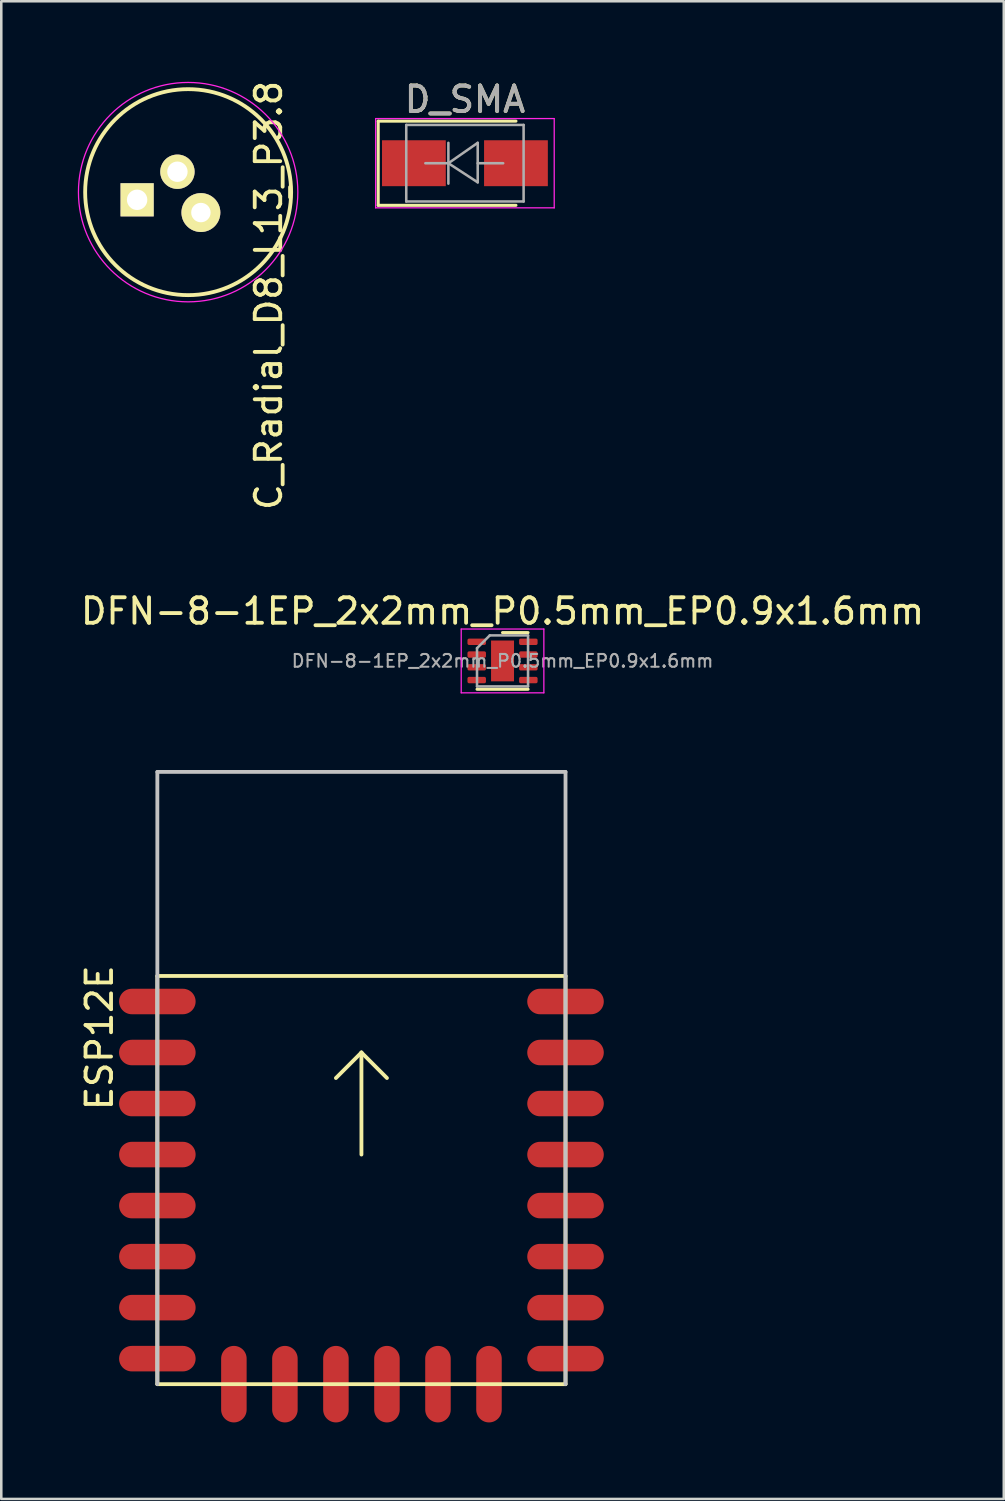
<source format=kicad_pcb>
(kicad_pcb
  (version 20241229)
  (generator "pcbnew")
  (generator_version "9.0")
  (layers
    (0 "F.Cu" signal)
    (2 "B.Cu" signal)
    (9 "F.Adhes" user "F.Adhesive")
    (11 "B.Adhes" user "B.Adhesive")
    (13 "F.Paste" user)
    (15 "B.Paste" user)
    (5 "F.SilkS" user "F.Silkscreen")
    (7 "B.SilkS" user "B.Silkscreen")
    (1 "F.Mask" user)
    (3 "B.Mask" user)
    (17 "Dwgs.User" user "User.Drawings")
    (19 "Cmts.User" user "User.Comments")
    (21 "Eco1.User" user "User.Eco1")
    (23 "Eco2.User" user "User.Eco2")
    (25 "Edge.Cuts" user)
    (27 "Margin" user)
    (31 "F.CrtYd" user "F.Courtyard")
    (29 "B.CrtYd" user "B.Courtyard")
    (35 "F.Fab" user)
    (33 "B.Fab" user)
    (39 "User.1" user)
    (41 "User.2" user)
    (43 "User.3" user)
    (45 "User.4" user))
  (footprint "ESP12E"
    (layer "F.Cu")
    (at 11.118 39.208)
    (property "Reference" "ESP12E" (at -10.27 -1.58 90) (layer "F.SilkS") (effects (font (size 1 1) (thickness 0.15))))
    (attr through_hole)
    (fp_line (start -8 -4) (end 8 -4) (stroke (width 0.15) (type solid)) (layer "F.SilkS"))
    (fp_line (start -8 12) (end -8 -4) (stroke (width 0.15) (type solid)) (layer "F.SilkS"))
    (fp_line (start -8 12) (end 8 12) (stroke (width 0.15) (type solid)) (layer "F.SilkS"))
    (fp_line (start 0 -1) (end -1 0) (stroke (width 0.15) (type solid)) (layer "F.SilkS"))
    (fp_line (start 0 -1) (end 0 3) (stroke (width 0.15) (type solid)) (layer "F.SilkS"))
    (fp_line (start 0 -1) (end 1 0) (stroke (width 0.15) (type solid)) (layer "F.SilkS"))
    (fp_line (start 8 -4) (end 8 12) (stroke (width 0.15) (type solid)) (layer "F.SilkS"))
    (fp_line (start -8 -12) (end -8 12) (stroke (width 0.15) (type solid)) (layer "Dwgs.User"))
    (fp_line (start 8 -12) (end -8 -12) (stroke (width 0.15) (type solid)) (layer "Dwgs.User"))
    (fp_line (start 8 12) (end 8 -12) (stroke (width 0.15) (type solid)) (layer "Dwgs.User"))
    (pad "1" smd oval (at -8 -3) (size 3 1) (layers "F.Cu" "F.Mask" "F.Paste"))
    (pad "2" smd oval (at -8 -1) (size 3 1) (layers "F.Cu" "F.Mask" "F.Paste"))
    (pad "3" smd oval (at -8 1) (size 3 1) (layers "F.Cu" "F.Mask" "F.Paste"))
    (pad "4" smd oval (at -8 3) (size 3 1) (layers "F.Cu" "F.Mask" "F.Paste"))
    (pad "5" smd oval (at -8 5) (size 3 1) (layers "F.Cu" "F.Mask" "F.Paste"))
    (pad "6" smd oval (at -8 7) (size 3 1) (layers "F.Cu" "F.Mask" "F.Paste"))
    (pad "7" smd oval (at -8 9) (size 3 1) (layers "F.Cu" "F.Mask" "F.Paste"))
    (pad "8" smd oval (at -8 11) (size 3 1) (layers "F.Cu" "F.Mask" "F.Paste"))
    (pad "9" smd oval (at -5 12 90) (size 3 1) (layers "F.Cu" "F.Mask" "F.Paste"))
    (pad "10" smd oval (at -3 12 90) (size 3 1) (layers "F.Cu" "F.Mask" "F.Paste"))
    (pad "11" smd oval (at -1 12 90) (size 3 1) (layers "F.Cu" "F.Mask" "F.Paste"))
    (pad "12" smd oval (at 1 12 90) (size 3 1) (layers "F.Cu" "F.Mask" "F.Paste"))
    (pad "13" smd oval (at 3 12 90) (size 3 1) (layers "F.Cu" "F.Mask" "F.Paste"))
    (pad "14" smd oval (at 5 12 90) (size 3 1) (layers "F.Cu" "F.Mask" "F.Paste"))
    (pad "15" smd oval (at 8 11 180) (size 3 1) (layers "F.Cu" "F.Mask" "F.Paste"))
    (pad "16" smd oval (at 8 9 180) (size 3 1) (layers "F.Cu" "F.Mask" "F.Paste"))
    (pad "17" smd oval (at 8 7 180) (size 3 1) (layers "F.Cu" "F.Mask" "F.Paste"))
    (pad "18" smd oval (at 8 5 180) (size 3 1) (layers "F.Cu" "F.Mask" "F.Paste"))
    (pad "19" smd oval (at 8 3 180) (size 3 1) (layers "F.Cu" "F.Mask" "F.Paste"))
    (pad "20" smd oval (at 8 1 180) (size 3 1) (layers "F.Cu" "F.Mask" "F.Paste"))
    (pad "21" smd oval (at 8 -1 180) (size 3 1) (layers "F.Cu" "F.Mask" "F.Paste"))
    (pad "22" smd oval (at 8 -3 180) (size 3 1) (layers "F.Cu" "F.Mask" "F.Paste")))
  (footprint "DFN-8-1EP_2x2mm_P0.5mm_EP0.9x1.6mm"
    (layer "F.Cu")
    (at 16.649 22.858)
    (property "Reference" "DFN-8-1EP_2x2mm_P0.5mm_EP0.9x1.6mm" (at 0 -1.95 0) (layer "F.SilkS") (effects (font (size 1 1) (thickness 0.15))))
    (attr smd)
    (fp_line (start -1 1.11) (end 1 1.11) (stroke (width 0.12) (type solid)) (layer "F.SilkS"))
    (fp_line (start 0 -1.11) (end 1 -1.11) (stroke (width 0.12) (type solid)) (layer "F.SilkS"))
    (fp_line (start -1.62 -1.25) (end -1.62 1.25) (stroke (width 0.05) (type solid)) (layer "F.CrtYd"))
    (fp_line (start -1.62 1.25) (end 1.62 1.25) (stroke (width 0.05) (type solid)) (layer "F.CrtYd"))
    (fp_line (start 1.62 -1.25) (end -1.62 -1.25) (stroke (width 0.05) (type solid)) (layer "F.CrtYd"))
    (fp_line (start 1.62 1.25) (end 1.62 -1.25) (stroke (width 0.05) (type solid)) (layer "F.CrtYd"))
    (fp_line (start -1 -0.5) (end -0.5 -1) (stroke (width 0.1) (type solid)) (layer "F.Fab"))
    (fp_line (start -1 1) (end -1 -0.5) (stroke (width 0.1) (type solid)) (layer "F.Fab"))
    (fp_line (start -0.5 -1) (end 1 -1) (stroke (width 0.1) (type solid)) (layer "F.Fab"))
    (fp_line (start 1 -1) (end 1 1) (stroke (width 0.1) (type solid)) (layer "F.Fab"))
    (fp_line (start 1 1) (end -1 1) (stroke (width 0.1) (type solid)) (layer "F.Fab"))
    (fp_text user "${REFERENCE}" (at 0 0 0) (layer "F.Fab") (effects (font (size 0.5 0.5) (thickness 0.08))))
    (pad "" smd roundrect (at 0 0) (size 0.73 1.29) (layers "F.Paste") (roundrect_rratio 0.25))
    (pad "1" smd roundrect (at -1.012 -0.75) (size 0.725 0.25) (layers "F.Cu" "F.Mask" "F.Paste") (roundrect_rratio 0.25))
    (pad "2" smd roundrect (at -1.012 -0.25) (size 0.725 0.25) (layers "F.Cu" "F.Mask" "F.Paste") (roundrect_rratio 0.25))
    (pad "3" smd roundrect (at -1.012 0.25) (size 0.725 0.25) (layers "F.Cu" "F.Mask" "F.Paste") (roundrect_rratio 0.25))
    (pad "4" smd roundrect (at -1.012 0.75) (size 0.725 0.25) (layers "F.Cu" "F.Mask" "F.Paste") (roundrect_rratio 0.25))
    (pad "5" smd roundrect (at 1.012 0.75) (size 0.725 0.25) (layers "F.Cu" "F.Mask" "F.Paste") (roundrect_rratio 0.25))
    (pad "6" smd roundrect (at 1.012 0.25) (size 0.725 0.25) (layers "F.Cu" "F.Mask" "F.Paste") (roundrect_rratio 0.25))
    (pad "7" smd roundrect (at 1.012 -0.25) (size 0.725 0.25) (layers "F.Cu" "F.Mask" "F.Paste") (roundrect_rratio 0.25))
    (pad "8" smd roundrect (at 1.012 -0.75) (size 0.725 0.25) (layers "F.Cu" "F.Mask" "F.Paste") (roundrect_rratio 0.25))
    (pad "9" smd rect (at 0 0) (size 0.9 1.6) (layers "F.Cu" "F.Mask")))
  (footprint "C_Radial_D8_L13_P3.8"
    (layer "F.Cu")
    (at 2.425 4.482)
    (property "Reference" "C_Radial_D8_L13_P3.8" (at 5.055 4.048 90) (layer "F.SilkS") (effects (font (size 1 1) (thickness 0.15))))
    (attr through_hole)
    (fp_line (start 5.895 -0.2) (end 5.895 0.2) (stroke (width 0.15) (type solid)) (layer "F.SilkS"))
    (fp_circle (center 1.9 0) (end 1.9 -4.037) (stroke (width 0.15) (type solid)) (fill no) (layer "F.SilkS"))
    (fp_circle (center 1.9 0) (end 1.9 -4.3) (stroke (width 0.05) (type solid)) (fill no) (layer "F.CrtYd"))
    (pad "1" thru_hole rect (at -0.1 0.3) (size 1.3 1.3) (drill 0.8) (layers "*.Cu" "*.Mask" "F.SilkS"))
    (pad "2" thru_hole circle (at 1.48 -0.8) (size 1.346 1.346) (drill 0.8) (layers "*.Cu" "*.Mask" "F.SilkS"))
    (pad "2" thru_hole circle (at 2.4 0.8) (size 1.524 1.524) (drill 0.762) (layers "*.Cu" "*.Mask" "F.SilkS")))
  (footprint "D_SMA"
    (layer "F.Cu")
    (at 15.175 3.348)
    (property "Reference" "D_SMA" (at 0 -2.5 0) (layer "F.SilkS") (effects (font (size 1 1) (thickness 0.15))))
    (attr smd)
    (fp_line (start -3.4 -1.65) (end -3.4 1.65) (stroke (width 0.12) (type solid)) (layer "F.SilkS"))
    (fp_line (start -3.4 -1.65) (end 2 -1.65) (stroke (width 0.12) (type solid)) (layer "F.SilkS"))
    (fp_line (start -3.4 1.65) (end 2 1.65) (stroke (width 0.12) (type solid)) (layer "F.SilkS"))
    (fp_line (start -3.5 -1.75) (end 3.5 -1.75) (stroke (width 0.05) (type solid)) (layer "F.CrtYd"))
    (fp_line (start -3.5 1.75) (end -3.5 -1.75) (stroke (width 0.05) (type solid)) (layer "F.CrtYd"))
    (fp_line (start 3.5 -1.75) (end 3.5 1.75) (stroke (width 0.05) (type solid)) (layer "F.CrtYd"))
    (fp_line (start 3.5 1.75) (end -3.5 1.75) (stroke (width 0.05) (type solid)) (layer "F.CrtYd"))
    (fp_line (start -2.3 1.5) (end -2.3 -1.5) (stroke (width 0.1) (type solid)) (layer "F.Fab"))
    (fp_line (start -0.649 -0.799) (end -0.649 0.801) (stroke (width 0.1) (type solid)) (layer "F.Fab"))
    (fp_line (start -0.649 0.001) (end -1.551 0.001) (stroke (width 0.1) (type solid)) (layer "F.Fab"))
    (fp_line (start -0.649 0.001) (end 0.501 -0.799) (stroke (width 0.1) (type solid)) (layer "F.Fab"))
    (fp_line (start -0.649 0.001) (end 0.501 0.75) (stroke (width 0.1) (type solid)) (layer "F.Fab"))
    (fp_line (start 0.501 0.001) (end 1.499 0.001) (stroke (width 0.1) (type solid)) (layer "F.Fab"))
    (fp_line (start 0.501 0.75) (end 0.501 -0.799) (stroke (width 0.1) (type solid)) (layer "F.Fab"))
    (fp_line (start 2.3 -1.5) (end -2.3 -1.5) (stroke (width 0.1) (type solid)) (layer "F.Fab"))
    (fp_line (start 2.3 -1.5) (end 2.3 1.5) (stroke (width 0.1) (type solid)) (layer "F.Fab"))
    (fp_line (start 2.3 1.5) (end -2.3 1.5) (stroke (width 0.1) (type solid)) (layer "F.Fab"))
    (fp_text user "${REFERENCE}" (at 0 -2.5 0) (layer "F.Fab") (effects (font (size 1 1) (thickness 0.15))))
    (pad "1" smd rect (at -2 0) (size 2.5 1.8) (layers "F.Cu" "F.Mask" "F.Paste"))
    (pad "2" smd rect (at 2 0) (size 2.5 1.8) (layers "F.Cu" "F.Mask" "F.Paste")))
  (gr_rect
    (start -3 -3)
    (end 36.298 55.708)
    (stroke (width 0.1) (type default))
    (fill no)
    (layer "Edge.Cuts")))
</source>
